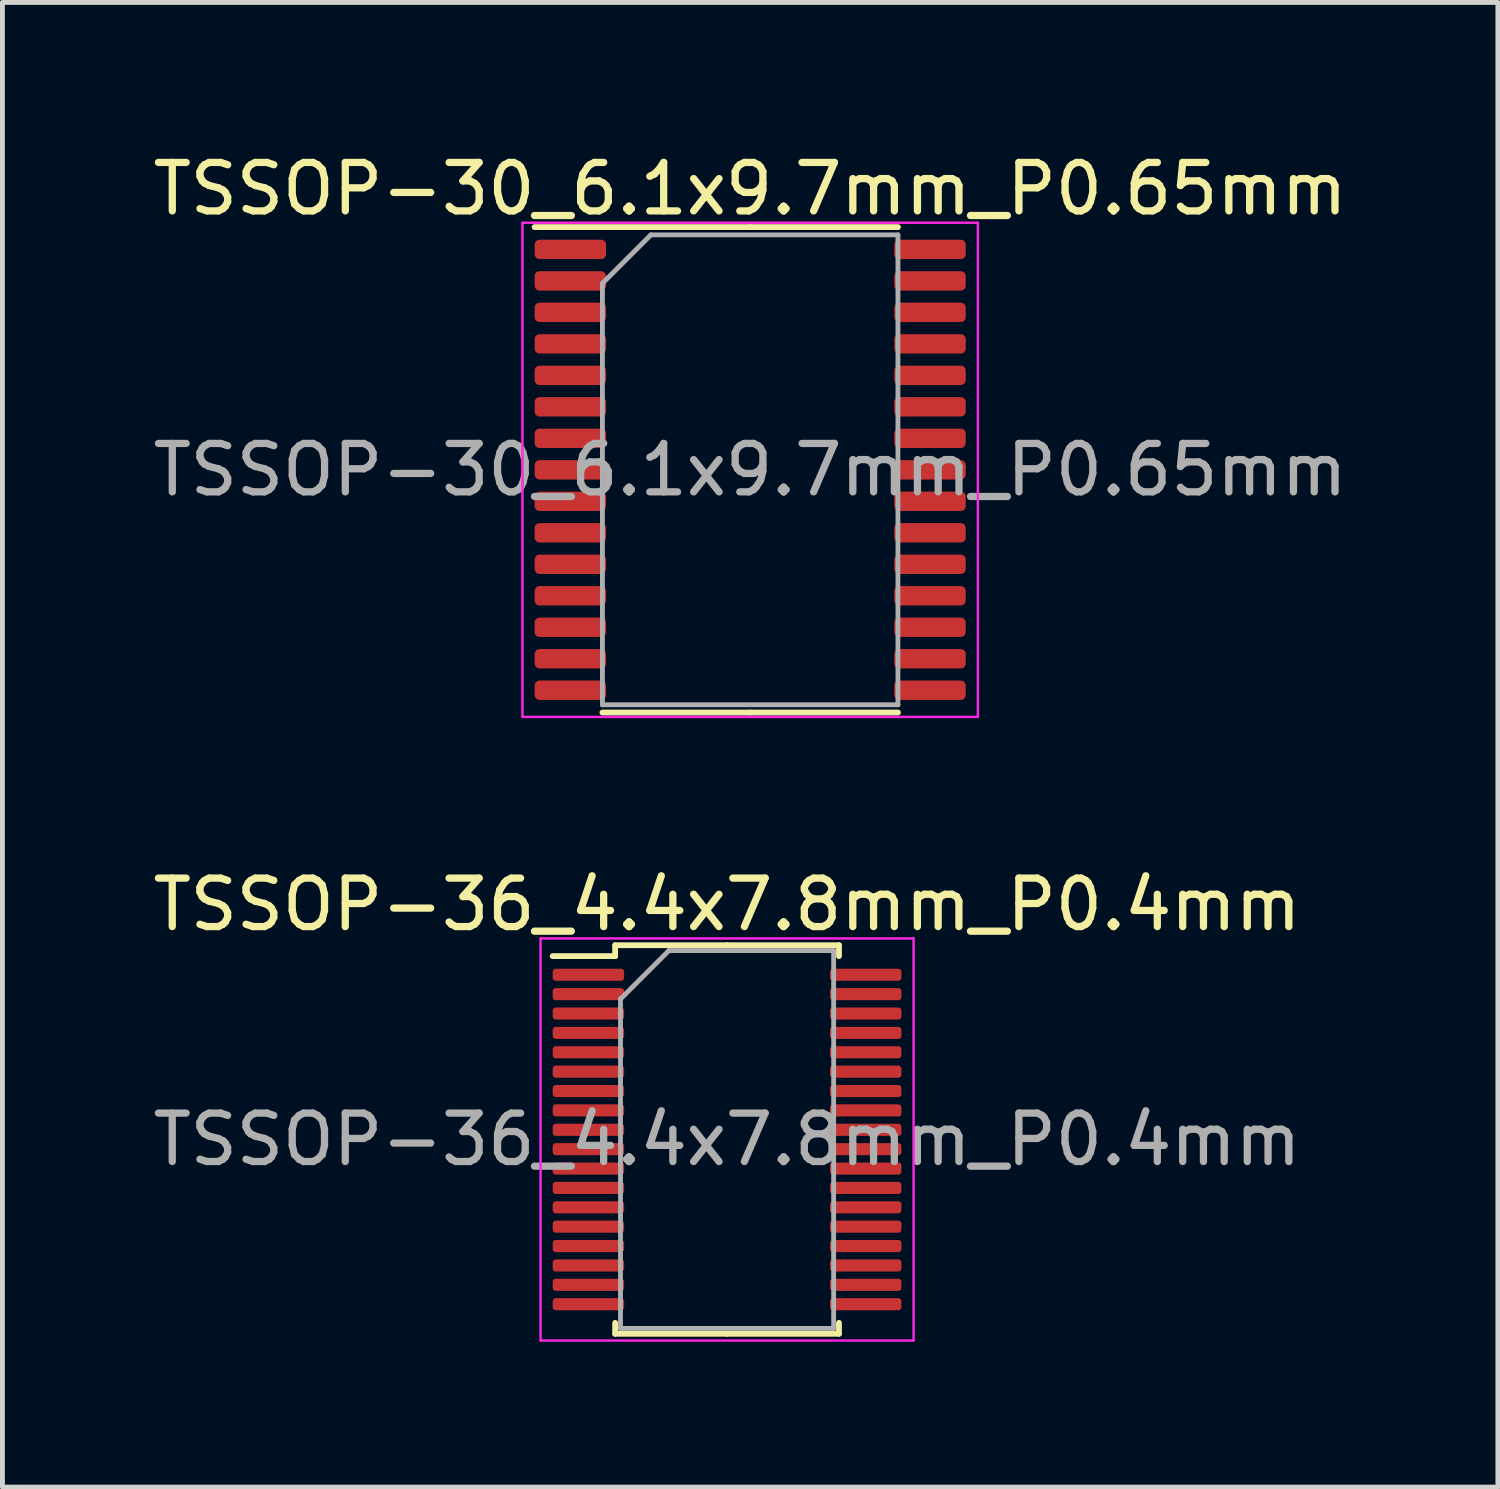
<source format=kicad_pcb>
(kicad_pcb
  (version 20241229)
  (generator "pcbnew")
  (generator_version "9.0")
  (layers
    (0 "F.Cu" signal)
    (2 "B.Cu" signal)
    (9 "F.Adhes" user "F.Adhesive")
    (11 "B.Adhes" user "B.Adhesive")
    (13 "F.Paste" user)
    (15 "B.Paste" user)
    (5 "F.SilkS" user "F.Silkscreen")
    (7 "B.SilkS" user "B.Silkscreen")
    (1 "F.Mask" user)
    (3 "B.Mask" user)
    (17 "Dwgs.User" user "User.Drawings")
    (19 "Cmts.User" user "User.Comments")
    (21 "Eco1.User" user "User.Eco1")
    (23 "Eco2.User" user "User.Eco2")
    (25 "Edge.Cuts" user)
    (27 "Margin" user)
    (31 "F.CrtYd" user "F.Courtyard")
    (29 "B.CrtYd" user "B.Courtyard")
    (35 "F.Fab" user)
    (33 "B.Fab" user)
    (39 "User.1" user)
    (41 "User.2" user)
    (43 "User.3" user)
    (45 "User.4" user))
  (footprint "TSSOP-36_4.4x7.8mm_P0.4mm"
    (layer "F.Cu")
    (at 11.958 20.471)
    (property "Reference" "TSSOP-36_4.4x7.8mm_P0.4mm" (at 0 -4.85 0) (layer "F.SilkS") (effects (font (size 1 1) (thickness 0.15))))
    (attr smd)
    (fp_line (start -2.31 -4.01) (end -2.31 -3.785) (stroke (width 0.12) (type solid)) (layer "F.SilkS"))
    (fp_line (start -2.31 -3.785) (end -3.6 -3.785) (stroke (width 0.12) (type solid)) (layer "F.SilkS"))
    (fp_line (start -2.31 4.01) (end -2.31 3.785) (stroke (width 0.12) (type solid)) (layer "F.SilkS"))
    (fp_line (start 0 -4.01) (end -2.31 -4.01) (stroke (width 0.12) (type solid)) (layer "F.SilkS"))
    (fp_line (start 0 -4.01) (end 2.31 -4.01) (stroke (width 0.12) (type solid)) (layer "F.SilkS"))
    (fp_line (start 0 4.01) (end -2.31 4.01) (stroke (width 0.12) (type solid)) (layer "F.SilkS"))
    (fp_line (start 0 4.01) (end 2.31 4.01) (stroke (width 0.12) (type solid)) (layer "F.SilkS"))
    (fp_line (start 2.31 -4.01) (end 2.31 -3.785) (stroke (width 0.12) (type solid)) (layer "F.SilkS"))
    (fp_line (start 2.31 4.01) (end 2.31 3.785) (stroke (width 0.12) (type solid)) (layer "F.SilkS"))
    (fp_line (start -3.85 -4.15) (end -3.85 4.15) (stroke (width 0.05) (type solid)) (layer "F.CrtYd"))
    (fp_line (start -3.85 4.15) (end 3.85 4.15) (stroke (width 0.05) (type solid)) (layer "F.CrtYd"))
    (fp_line (start 3.85 -4.15) (end -3.85 -4.15) (stroke (width 0.05) (type solid)) (layer "F.CrtYd"))
    (fp_line (start 3.85 4.15) (end 3.85 -4.15) (stroke (width 0.05) (type solid)) (layer "F.CrtYd"))
    (fp_line (start -2.2 -2.9) (end -1.2 -3.9) (stroke (width 0.1) (type solid)) (layer "F.Fab"))
    (fp_line (start -2.2 3.9) (end -2.2 -2.9) (stroke (width 0.1) (type solid)) (layer "F.Fab"))
    (fp_line (start -1.2 -3.9) (end 2.2 -3.9) (stroke (width 0.1) (type solid)) (layer "F.Fab"))
    (fp_line (start 2.2 -3.9) (end 2.2 3.9) (stroke (width 0.1) (type solid)) (layer "F.Fab"))
    (fp_line (start 2.2 3.9) (end -2.2 3.9) (stroke (width 0.1) (type solid)) (layer "F.Fab"))
    (fp_text user "${REFERENCE}" (at 0 0 0) (layer "F.Fab") (effects (font (size 1 1) (thickness 0.15))))
    (pad "1" smd roundrect (at -2.862 -3.4) (size 1.475 0.25) (layers "F.Cu" "F.Mask" "F.Paste") (roundrect_rratio 0.25))
    (pad "2" smd roundrect (at -2.862 -3) (size 1.475 0.25) (layers "F.Cu" "F.Mask" "F.Paste") (roundrect_rratio 0.25))
    (pad "3" smd roundrect (at -2.862 -2.6) (size 1.475 0.25) (layers "F.Cu" "F.Mask" "F.Paste") (roundrect_rratio 0.25))
    (pad "4" smd roundrect (at -2.862 -2.2) (size 1.475 0.25) (layers "F.Cu" "F.Mask" "F.Paste") (roundrect_rratio 0.25))
    (pad "5" smd roundrect (at -2.862 -1.8) (size 1.475 0.25) (layers "F.Cu" "F.Mask" "F.Paste") (roundrect_rratio 0.25))
    (pad "6" smd roundrect (at -2.862 -1.4) (size 1.475 0.25) (layers "F.Cu" "F.Mask" "F.Paste") (roundrect_rratio 0.25))
    (pad "7" smd roundrect (at -2.862 -1) (size 1.475 0.25) (layers "F.Cu" "F.Mask" "F.Paste") (roundrect_rratio 0.25))
    (pad "8" smd roundrect (at -2.862 -0.6) (size 1.475 0.25) (layers "F.Cu" "F.Mask" "F.Paste") (roundrect_rratio 0.25))
    (pad "9" smd roundrect (at -2.862 -0.2) (size 1.475 0.25) (layers "F.Cu" "F.Mask" "F.Paste") (roundrect_rratio 0.25))
    (pad "10" smd roundrect (at -2.862 0.2) (size 1.475 0.25) (layers "F.Cu" "F.Mask" "F.Paste") (roundrect_rratio 0.25))
    (pad "11" smd roundrect (at -2.862 0.6) (size 1.475 0.25) (layers "F.Cu" "F.Mask" "F.Paste") (roundrect_rratio 0.25))
    (pad "12" smd roundrect (at -2.862 1) (size 1.475 0.25) (layers "F.Cu" "F.Mask" "F.Paste") (roundrect_rratio 0.25))
    (pad "13" smd roundrect (at -2.862 1.4) (size 1.475 0.25) (layers "F.Cu" "F.Mask" "F.Paste") (roundrect_rratio 0.25))
    (pad "14" smd roundrect (at -2.862 1.8) (size 1.475 0.25) (layers "F.Cu" "F.Mask" "F.Paste") (roundrect_rratio 0.25))
    (pad "15" smd roundrect (at -2.862 2.2) (size 1.475 0.25) (layers "F.Cu" "F.Mask" "F.Paste") (roundrect_rratio 0.25))
    (pad "16" smd roundrect (at -2.862 2.6) (size 1.475 0.25) (layers "F.Cu" "F.Mask" "F.Paste") (roundrect_rratio 0.25))
    (pad "17" smd roundrect (at -2.862 3) (size 1.475 0.25) (layers "F.Cu" "F.Mask" "F.Paste") (roundrect_rratio 0.25))
    (pad "18" smd roundrect (at -2.862 3.4) (size 1.475 0.25) (layers "F.Cu" "F.Mask" "F.Paste") (roundrect_rratio 0.25))
    (pad "19" smd roundrect (at 2.862 3.4) (size 1.475 0.25) (layers "F.Cu" "F.Mask" "F.Paste") (roundrect_rratio 0.25))
    (pad "20" smd roundrect (at 2.862 3) (size 1.475 0.25) (layers "F.Cu" "F.Mask" "F.Paste") (roundrect_rratio 0.25))
    (pad "21" smd roundrect (at 2.862 2.6) (size 1.475 0.25) (layers "F.Cu" "F.Mask" "F.Paste") (roundrect_rratio 0.25))
    (pad "22" smd roundrect (at 2.862 2.2) (size 1.475 0.25) (layers "F.Cu" "F.Mask" "F.Paste") (roundrect_rratio 0.25))
    (pad "23" smd roundrect (at 2.862 1.8) (size 1.475 0.25) (layers "F.Cu" "F.Mask" "F.Paste") (roundrect_rratio 0.25))
    (pad "24" smd roundrect (at 2.862 1.4) (size 1.475 0.25) (layers "F.Cu" "F.Mask" "F.Paste") (roundrect_rratio 0.25))
    (pad "25" smd roundrect (at 2.862 1) (size 1.475 0.25) (layers "F.Cu" "F.Mask" "F.Paste") (roundrect_rratio 0.25))
    (pad "26" smd roundrect (at 2.862 0.6) (size 1.475 0.25) (layers "F.Cu" "F.Mask" "F.Paste") (roundrect_rratio 0.25))
    (pad "27" smd roundrect (at 2.862 0.2) (size 1.475 0.25) (layers "F.Cu" "F.Mask" "F.Paste") (roundrect_rratio 0.25))
    (pad "28" smd roundrect (at 2.862 -0.2) (size 1.475 0.25) (layers "F.Cu" "F.Mask" "F.Paste") (roundrect_rratio 0.25))
    (pad "29" smd roundrect (at 2.862 -0.6) (size 1.475 0.25) (layers "F.Cu" "F.Mask" "F.Paste") (roundrect_rratio 0.25))
    (pad "30" smd roundrect (at 2.862 -1) (size 1.475 0.25) (layers "F.Cu" "F.Mask" "F.Paste") (roundrect_rratio 0.25))
    (pad "31" smd roundrect (at 2.862 -1.4) (size 1.475 0.25) (layers "F.Cu" "F.Mask" "F.Paste") (roundrect_rratio 0.25))
    (pad "32" smd roundrect (at 2.862 -1.8) (size 1.475 0.25) (layers "F.Cu" "F.Mask" "F.Paste") (roundrect_rratio 0.25))
    (pad "33" smd roundrect (at 2.862 -2.2) (size 1.475 0.25) (layers "F.Cu" "F.Mask" "F.Paste") (roundrect_rratio 0.25))
    (pad "34" smd roundrect (at 2.862 -2.6) (size 1.475 0.25) (layers "F.Cu" "F.Mask" "F.Paste") (roundrect_rratio 0.25))
    (pad "35" smd roundrect (at 2.862 -3) (size 1.475 0.25) (layers "F.Cu" "F.Mask" "F.Paste") (roundrect_rratio 0.25))
    (pad "36" smd roundrect (at 2.862 -3.4) (size 1.475 0.25) (layers "F.Cu" "F.Mask" "F.Paste") (roundrect_rratio 0.25)))
  (footprint "TSSOP-30_6.1x9.7mm_P0.65mm"
    (layer "F.Cu")
    (at 12.435 6.648)
    (property "Reference" "TSSOP-30_6.1x9.7mm_P0.65mm" (at 0 -5.8 0) (layer "F.SilkS") (effects (font (size 1 1) (thickness 0.15))))
    (attr smd)
    (fp_line (start 0 -5.01) (end -4.45 -5.01) (stroke (width 0.12) (type solid)) (layer "F.SilkS"))
    (fp_line (start 0 -5.01) (end 3.05 -5.01) (stroke (width 0.12) (type solid)) (layer "F.SilkS"))
    (fp_line (start 0 5.01) (end -3.05 5.01) (stroke (width 0.12) (type solid)) (layer "F.SilkS"))
    (fp_line (start 0 5.01) (end 3.05 5.01) (stroke (width 0.12) (type solid)) (layer "F.SilkS"))
    (fp_line (start -4.7 -5.1) (end -4.7 5.1) (stroke (width 0.05) (type solid)) (layer "F.CrtYd"))
    (fp_line (start -4.7 5.1) (end 4.7 5.1) (stroke (width 0.05) (type solid)) (layer "F.CrtYd"))
    (fp_line (start 4.7 -5.1) (end -4.7 -5.1) (stroke (width 0.05) (type solid)) (layer "F.CrtYd"))
    (fp_line (start 4.7 5.1) (end 4.7 -5.1) (stroke (width 0.05) (type solid)) (layer "F.CrtYd"))
    (fp_line (start -3.05 -3.85) (end -2.05 -4.85) (stroke (width 0.1) (type solid)) (layer "F.Fab"))
    (fp_line (start -3.05 4.85) (end -3.05 -3.85) (stroke (width 0.1) (type solid)) (layer "F.Fab"))
    (fp_line (start -2.05 -4.85) (end 3.05 -4.85) (stroke (width 0.1) (type solid)) (layer "F.Fab"))
    (fp_line (start 3.05 -4.85) (end 3.05 4.85) (stroke (width 0.1) (type solid)) (layer "F.Fab"))
    (fp_line (start 3.05 4.85) (end -3.05 4.85) (stroke (width 0.1) (type solid)) (layer "F.Fab"))
    (fp_text user "${REFERENCE}" (at 0 0 0) (layer "F.Fab") (effects (font (size 1 1) (thickness 0.15))))
    (pad "1" smd roundrect (at -3.712 -4.55) (size 1.475 0.4) (layers "F.Cu" "F.Mask" "F.Paste") (roundrect_rratio 0.25))
    (pad "2" smd roundrect (at -3.712 -3.9) (size 1.475 0.4) (layers "F.Cu" "F.Mask" "F.Paste") (roundrect_rratio 0.25))
    (pad "3" smd roundrect (at -3.712 -3.25) (size 1.475 0.4) (layers "F.Cu" "F.Mask" "F.Paste") (roundrect_rratio 0.25))
    (pad "4" smd roundrect (at -3.712 -2.6) (size 1.475 0.4) (layers "F.Cu" "F.Mask" "F.Paste") (roundrect_rratio 0.25))
    (pad "5" smd roundrect (at -3.712 -1.95) (size 1.475 0.4) (layers "F.Cu" "F.Mask" "F.Paste") (roundrect_rratio 0.25))
    (pad "6" smd roundrect (at -3.712 -1.3) (size 1.475 0.4) (layers "F.Cu" "F.Mask" "F.Paste") (roundrect_rratio 0.25))
    (pad "7" smd roundrect (at -3.712 -0.65) (size 1.475 0.4) (layers "F.Cu" "F.Mask" "F.Paste") (roundrect_rratio 0.25))
    (pad "8" smd roundrect (at -3.712 0) (size 1.475 0.4) (layers "F.Cu" "F.Mask" "F.Paste") (roundrect_rratio 0.25))
    (pad "9" smd roundrect (at -3.712 0.65) (size 1.475 0.4) (layers "F.Cu" "F.Mask" "F.Paste") (roundrect_rratio 0.25))
    (pad "10" smd roundrect (at -3.712 1.3) (size 1.475 0.4) (layers "F.Cu" "F.Mask" "F.Paste") (roundrect_rratio 0.25))
    (pad "11" smd roundrect (at -3.712 1.95) (size 1.475 0.4) (layers "F.Cu" "F.Mask" "F.Paste") (roundrect_rratio 0.25))
    (pad "12" smd roundrect (at -3.712 2.6) (size 1.475 0.4) (layers "F.Cu" "F.Mask" "F.Paste") (roundrect_rratio 0.25))
    (pad "13" smd roundrect (at -3.712 3.25) (size 1.475 0.4) (layers "F.Cu" "F.Mask" "F.Paste") (roundrect_rratio 0.25))
    (pad "14" smd roundrect (at -3.712 3.9) (size 1.475 0.4) (layers "F.Cu" "F.Mask" "F.Paste") (roundrect_rratio 0.25))
    (pad "15" smd roundrect (at -3.712 4.55) (size 1.475 0.4) (layers "F.Cu" "F.Mask" "F.Paste") (roundrect_rratio 0.25))
    (pad "16" smd roundrect (at 3.712 4.55) (size 1.475 0.4) (layers "F.Cu" "F.Mask" "F.Paste") (roundrect_rratio 0.25))
    (pad "17" smd roundrect (at 3.712 3.9) (size 1.475 0.4) (layers "F.Cu" "F.Mask" "F.Paste") (roundrect_rratio 0.25))
    (pad "18" smd roundrect (at 3.712 3.25) (size 1.475 0.4) (layers "F.Cu" "F.Mask" "F.Paste") (roundrect_rratio 0.25))
    (pad "19" smd roundrect (at 3.712 2.6) (size 1.475 0.4) (layers "F.Cu" "F.Mask" "F.Paste") (roundrect_rratio 0.25))
    (pad "20" smd roundrect (at 3.712 1.95) (size 1.475 0.4) (layers "F.Cu" "F.Mask" "F.Paste") (roundrect_rratio 0.25))
    (pad "21" smd roundrect (at 3.712 1.3) (size 1.475 0.4) (layers "F.Cu" "F.Mask" "F.Paste") (roundrect_rratio 0.25))
    (pad "22" smd roundrect (at 3.712 0.65) (size 1.475 0.4) (layers "F.Cu" "F.Mask" "F.Paste") (roundrect_rratio 0.25))
    (pad "23" smd roundrect (at 3.712 0) (size 1.475 0.4) (layers "F.Cu" "F.Mask" "F.Paste") (roundrect_rratio 0.25))
    (pad "24" smd roundrect (at 3.712 -0.65) (size 1.475 0.4) (layers "F.Cu" "F.Mask" "F.Paste") (roundrect_rratio 0.25))
    (pad "25" smd roundrect (at 3.712 -1.3) (size 1.475 0.4) (layers "F.Cu" "F.Mask" "F.Paste") (roundrect_rratio 0.25))
    (pad "26" smd roundrect (at 3.712 -1.95) (size 1.475 0.4) (layers "F.Cu" "F.Mask" "F.Paste") (roundrect_rratio 0.25))
    (pad "27" smd roundrect (at 3.712 -2.6) (size 1.475 0.4) (layers "F.Cu" "F.Mask" "F.Paste") (roundrect_rratio 0.25))
    (pad "28" smd roundrect (at 3.712 -3.25) (size 1.475 0.4) (layers "F.Cu" "F.Mask" "F.Paste") (roundrect_rratio 0.25))
    (pad "29" smd roundrect (at 3.712 -3.9) (size 1.475 0.4) (layers "F.Cu" "F.Mask" "F.Paste") (roundrect_rratio 0.25))
    (pad "30" smd roundrect (at 3.712 -4.55) (size 1.475 0.4) (layers "F.Cu" "F.Mask" "F.Paste") (roundrect_rratio 0.25)))
  (gr_rect
    (start -3 -3)
    (end 27.869 27.646)
    (stroke (width 0.1) (type default))
    (fill no)
    (layer "Edge.Cuts")))
</source>
